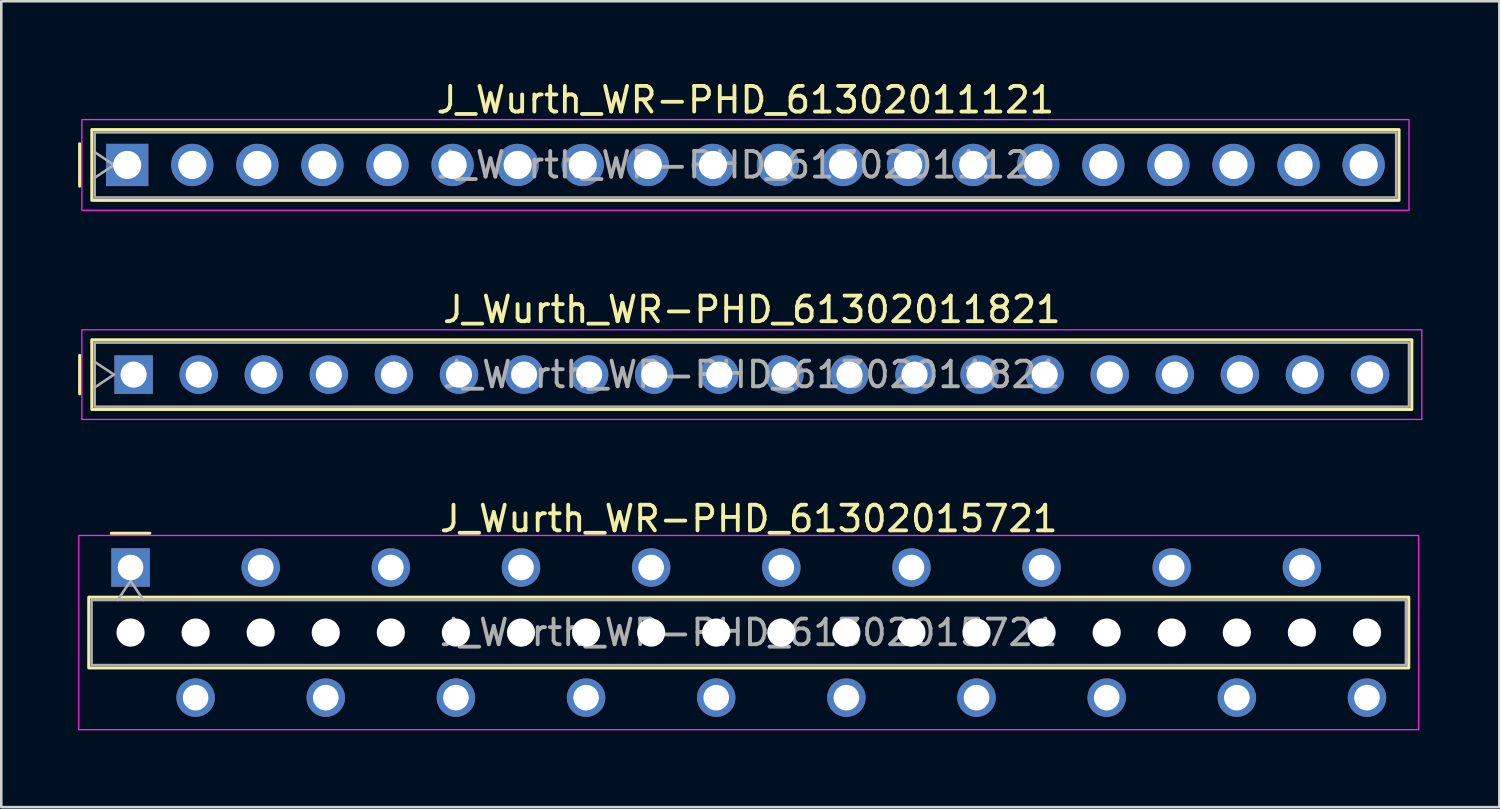
<source format=kicad_pcb>
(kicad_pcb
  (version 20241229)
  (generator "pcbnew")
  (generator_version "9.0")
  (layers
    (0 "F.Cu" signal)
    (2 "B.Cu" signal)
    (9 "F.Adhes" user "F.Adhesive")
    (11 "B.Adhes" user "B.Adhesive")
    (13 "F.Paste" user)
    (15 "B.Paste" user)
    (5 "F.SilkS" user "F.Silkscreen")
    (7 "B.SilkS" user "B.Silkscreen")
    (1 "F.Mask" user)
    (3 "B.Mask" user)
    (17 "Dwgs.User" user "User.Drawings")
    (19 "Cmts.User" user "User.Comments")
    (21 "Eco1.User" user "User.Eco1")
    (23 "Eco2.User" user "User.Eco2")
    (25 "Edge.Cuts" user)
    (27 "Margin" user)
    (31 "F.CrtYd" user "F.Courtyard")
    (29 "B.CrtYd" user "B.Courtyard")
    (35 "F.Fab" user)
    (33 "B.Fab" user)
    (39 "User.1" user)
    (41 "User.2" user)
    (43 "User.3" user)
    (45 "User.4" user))
  (footprint "J_Wurth_WR-PHD_61302011821"
    (layer "F.Cu")
    (at 2.165 11.572)
    (property "Reference" "J_Wurth_WR-PHD_61302011821" (at 24.13 -2.54 0) (unlocked yes) (layer "F.SilkS") (effects (font (size 1 1) (thickness 0.15))))
    (attr through_hole)
    (fp_line (start -2.105 -0.75) (end -2.105 0.75) (stroke (width 0.12) (type solid)) (layer "F.SilkS"))
    (fp_rect (start -1.63 -1.36) (end 49.89 1.36) (stroke (width 0.12) (type solid)) (fill no) (layer "F.SilkS"))
    (fp_rect (start -2.02 -1.75) (end 50.28 1.75) (stroke (width 0.05) (type solid)) (fill no) (layer "F.CrtYd"))
    (fp_line (start -1.52 -0.5) (end -0.77 0) (stroke (width 0.1) (type solid)) (layer "F.Fab"))
    (fp_line (start -0.77 0) (end -1.52 0.5) (stroke (width 0.1) (type solid)) (layer "F.Fab"))
    (fp_rect (start -1.52 -1.25) (end 49.78 1.25) (stroke (width 0.1) (type solid)) (fill no) (layer "F.Fab"))
    (fp_text user "${REFERENCE}" (at 24.13 0 0) (unlocked yes) (layer "F.Fab") (effects (font (size 1 1) (thickness 0.15))))
    (pad "1" thru_hole rect (at 0 0) (size 1.5 1.5) (drill 1.02) (layers "*.Cu" "*.Mask"))
    (pad "2" thru_hole circle (at 2.54 0) (size 1.5 1.5) (drill 1.02) (layers "*.Cu" "*.Mask"))
    (pad "3" thru_hole circle (at 5.08 0) (size 1.5 1.5) (drill 1.02) (layers "*.Cu" "*.Mask"))
    (pad "4" thru_hole circle (at 7.62 0) (size 1.5 1.5) (drill 1.02) (layers "*.Cu" "*.Mask"))
    (pad "5" thru_hole circle (at 10.16 0) (size 1.5 1.5) (drill 1.02) (layers "*.Cu" "*.Mask"))
    (pad "6" thru_hole circle (at 12.7 0) (size 1.5 1.5) (drill 1.02) (layers "*.Cu" "*.Mask"))
    (pad "7" thru_hole circle (at 15.24 0) (size 1.5 1.5) (drill 1.02) (layers "*.Cu" "*.Mask"))
    (pad "8" thru_hole circle (at 17.78 0) (size 1.5 1.5) (drill 1.02) (layers "*.Cu" "*.Mask"))
    (pad "9" thru_hole circle (at 20.32 0) (size 1.5 1.5) (drill 1.02) (layers "*.Cu" "*.Mask"))
    (pad "10" thru_hole circle (at 22.86 0) (size 1.5 1.5) (drill 1.02) (layers "*.Cu" "*.Mask"))
    (pad "11" thru_hole circle (at 25.4 0) (size 1.5 1.5) (drill 1.02) (layers "*.Cu" "*.Mask"))
    (pad "12" thru_hole circle (at 27.94 0) (size 1.5 1.5) (drill 1.02) (layers "*.Cu" "*.Mask"))
    (pad "13" thru_hole circle (at 30.48 0) (size 1.5 1.5) (drill 1.02) (layers "*.Cu" "*.Mask"))
    (pad "14" thru_hole circle (at 33.02 0) (size 1.5 1.5) (drill 1.02) (layers "*.Cu" "*.Mask"))
    (pad "15" thru_hole circle (at 35.56 0) (size 1.5 1.5) (drill 1.02) (layers "*.Cu" "*.Mask"))
    (pad "16" thru_hole circle (at 38.1 0) (size 1.5 1.5) (drill 1.02) (layers "*.Cu" "*.Mask"))
    (pad "17" thru_hole circle (at 40.64 0) (size 1.5 1.5) (drill 1.02) (layers "*.Cu" "*.Mask"))
    (pad "18" thru_hole circle (at 43.18 0) (size 1.5 1.5) (drill 1.02) (layers "*.Cu" "*.Mask"))
    (pad "19" thru_hole circle (at 45.72 0) (size 1.5 1.5) (drill 1.02) (layers "*.Cu" "*.Mask"))
    (pad "20" thru_hole circle (at 48.26 0) (size 1.5 1.5) (drill 1.02) (layers "*.Cu" "*.Mask")))
  (footprint "J_Wurth_WR-PHD_61302011121"
    (layer "F.Cu")
    (at 1.915 3.388)
    (property "Reference" "J_Wurth_WR-PHD_61302011121" (at 24.13 -2.54 0) (unlocked yes) (layer "F.SilkS") (effects (font (size 1 1) (thickness 0.15))))
    (attr through_hole)
    (fp_line (start -1.855 -0.825) (end -1.855 0.825) (stroke (width 0.12) (type solid)) (layer "F.SilkS"))
    (fp_rect (start -1.38 -1.38) (end 49.64 1.38) (stroke (width 0.12) (type solid)) (fill no) (layer "F.SilkS"))
    (fp_rect (start -1.77 -1.77) (end 50.03 1.77) (stroke (width 0.05) (type solid)) (fill no) (layer "F.CrtYd"))
    (fp_line (start -1.27 -0.5) (end -0.52 0) (stroke (width 0.1) (type solid)) (layer "F.Fab"))
    (fp_line (start -0.52 0) (end -1.27 0.5) (stroke (width 0.1) (type solid)) (layer "F.Fab"))
    (fp_rect (start -1.27 -1.27) (end 49.53 1.27) (stroke (width 0.1) (type solid)) (fill no) (layer "F.Fab"))
    (fp_text user "${REFERENCE}" (at 24.13 0 0) (unlocked yes) (layer "F.Fab") (effects (font (size 1 1) (thickness 0.15))))
    (pad "1" thru_hole rect (at 0 0) (size 1.65 1.65) (drill 1.1) (layers "*.Cu" "*.Mask"))
    (pad "2" thru_hole circle (at 2.54 0) (size 1.65 1.65) (drill 1.1) (layers "*.Cu" "*.Mask"))
    (pad "3" thru_hole circle (at 5.08 0) (size 1.65 1.65) (drill 1.1) (layers "*.Cu" "*.Mask"))
    (pad "4" thru_hole circle (at 7.62 0) (size 1.65 1.65) (drill 1.1) (layers "*.Cu" "*.Mask"))
    (pad "5" thru_hole circle (at 10.16 0) (size 1.65 1.65) (drill 1.1) (layers "*.Cu" "*.Mask"))
    (pad "6" thru_hole circle (at 12.7 0) (size 1.65 1.65) (drill 1.1) (layers "*.Cu" "*.Mask"))
    (pad "7" thru_hole circle (at 15.24 0) (size 1.65 1.65) (drill 1.1) (layers "*.Cu" "*.Mask"))
    (pad "8" thru_hole circle (at 17.78 0) (size 1.65 1.65) (drill 1.1) (layers "*.Cu" "*.Mask"))
    (pad "9" thru_hole circle (at 20.32 0) (size 1.65 1.65) (drill 1.1) (layers "*.Cu" "*.Mask"))
    (pad "10" thru_hole circle (at 22.86 0) (size 1.65 1.65) (drill 1.1) (layers "*.Cu" "*.Mask"))
    (pad "11" thru_hole circle (at 25.4 0) (size 1.65 1.65) (drill 1.1) (layers "*.Cu" "*.Mask"))
    (pad "12" thru_hole circle (at 27.94 0) (size 1.65 1.65) (drill 1.1) (layers "*.Cu" "*.Mask"))
    (pad "13" thru_hole circle (at 30.48 0) (size 1.65 1.65) (drill 1.1) (layers "*.Cu" "*.Mask"))
    (pad "14" thru_hole circle (at 33.02 0) (size 1.65 1.65) (drill 1.1) (layers "*.Cu" "*.Mask"))
    (pad "15" thru_hole circle (at 35.56 0) (size 1.65 1.65) (drill 1.1) (layers "*.Cu" "*.Mask"))
    (pad "16" thru_hole circle (at 38.1 0) (size 1.65 1.65) (drill 1.1) (layers "*.Cu" "*.Mask"))
    (pad "17" thru_hole circle (at 40.64 0) (size 1.65 1.65) (drill 1.1) (layers "*.Cu" "*.Mask"))
    (pad "18" thru_hole circle (at 43.18 0) (size 1.65 1.65) (drill 1.1) (layers "*.Cu" "*.Mask"))
    (pad "19" thru_hole circle (at 45.72 0) (size 1.65 1.65) (drill 1.1) (layers "*.Cu" "*.Mask"))
    (pad "20" thru_hole circle (at 48.26 0) (size 1.65 1.65) (drill 1.1) (layers "*.Cu" "*.Mask")))
  (footprint "J_Wurth_WR-PHD_61302015721"
    (layer "F.Cu")
    (at 2.045 19.1)
    (property "Reference" "J_Wurth_WR-PHD_61302015721" (at 24.13 -1.905 0) (unlocked yes) (layer "F.SilkS") (effects (font (size 1 1) (thickness 0.15))))
    (attr through_hole)
    (fp_line (start -0.75 -1.335) (end 0.75 -1.335) (stroke (width 0.12) (type solid)) (layer "F.SilkS"))
    (fp_rect (start -1.63 1.16) (end 49.89 3.92) (stroke (width 0.12) (type solid)) (fill no) (layer "F.SilkS"))
    (fp_rect (start -2.02 -1.25) (end 50.28 6.33) (stroke (width 0.05) (type solid)) (fill no) (layer "F.CrtYd"))
    (fp_line (start -0.5 1.27) (end 0 0.52) (stroke (width 0.1) (type solid)) (layer "F.Fab"))
    (fp_line (start 0 0.52) (end 0.5 1.27) (stroke (width 0.1) (type solid)) (layer "F.Fab"))
    (fp_rect (start -1.52 1.27) (end 49.78 3.81) (stroke (width 0.1) (type solid)) (fill no) (layer "F.Fab"))
    (fp_text user "${REFERENCE}" (at 24.13 2.54 0) (unlocked yes) (layer "F.Fab") (effects (font (size 1 1) (thickness 0.15))))
    (pad "" np_thru_hole circle (at 0 2.54) (size 1.1 1.1) (drill 1.1) (layers "*.Cu" "*.Mask"))
    (pad "" np_thru_hole circle (at 2.54 2.54) (size 1.1 1.1) (drill 1.1) (layers "*.Cu" "*.Mask"))
    (pad "" np_thru_hole circle (at 5.08 2.54) (size 1.1 1.1) (drill 1.1) (layers "*.Cu" "*.Mask"))
    (pad "" np_thru_hole circle (at 7.62 2.54) (size 1.1 1.1) (drill 1.1) (layers "*.Cu" "*.Mask"))
    (pad "" np_thru_hole circle (at 10.16 2.54) (size 1.1 1.1) (drill 1.1) (layers "*.Cu" "*.Mask"))
    (pad "" np_thru_hole circle (at 12.7 2.54) (size 1.1 1.1) (drill 1.1) (layers "*.Cu" "*.Mask"))
    (pad "" np_thru_hole circle (at 15.24 2.54) (size 1.1 1.1) (drill 1.1) (layers "*.Cu" "*.Mask"))
    (pad "" np_thru_hole circle (at 17.78 2.54) (size 1.1 1.1) (drill 1.1) (layers "*.Cu" "*.Mask"))
    (pad "" np_thru_hole circle (at 20.32 2.54) (size 1.1 1.1) (drill 1.1) (layers "*.Cu" "*.Mask"))
    (pad "" np_thru_hole circle (at 22.86 2.54) (size 1.1 1.1) (drill 1.1) (layers "*.Cu" "*.Mask"))
    (pad "" np_thru_hole circle (at 25.4 2.54) (size 1.1 1.1) (drill 1.1) (layers "*.Cu" "*.Mask"))
    (pad "" np_thru_hole circle (at 27.94 2.54) (size 1.1 1.1) (drill 1.1) (layers "*.Cu" "*.Mask"))
    (pad "" np_thru_hole circle (at 30.48 2.54) (size 1.1 1.1) (drill 1.1) (layers "*.Cu" "*.Mask"))
    (pad "" np_thru_hole circle (at 33.02 2.54) (size 1.1 1.1) (drill 1.1) (layers "*.Cu" "*.Mask"))
    (pad "" np_thru_hole circle (at 35.56 2.54) (size 1.1 1.1) (drill 1.1) (layers "*.Cu" "*.Mask"))
    (pad "" np_thru_hole circle (at 38.1 2.54) (size 1.1 1.1) (drill 1.1) (layers "*.Cu" "*.Mask"))
    (pad "" np_thru_hole circle (at 40.64 2.54) (size 1.1 1.1) (drill 1.1) (layers "*.Cu" "*.Mask"))
    (pad "" np_thru_hole circle (at 43.18 2.54) (size 1.1 1.1) (drill 1.1) (layers "*.Cu" "*.Mask"))
    (pad "" np_thru_hole circle (at 45.72 2.54) (size 1.1 1.1) (drill 1.1) (layers "*.Cu" "*.Mask"))
    (pad "" np_thru_hole circle (at 48.26 2.54) (size 1.1 1.1) (drill 1.1) (layers "*.Cu" "*.Mask"))
    (pad "1" thru_hole rect (at 0 0) (size 1.5 1.5) (drill 1) (layers "*.Cu" "*.Mask"))
    (pad "2" thru_hole circle (at 2.54 5.08) (size 1.5 1.5) (drill 1) (layers "*.Cu" "*.Mask"))
    (pad "3" thru_hole circle (at 5.08 0) (size 1.5 1.5) (drill 1) (layers "*.Cu" "*.Mask"))
    (pad "4" thru_hole circle (at 7.62 5.08) (size 1.5 1.5) (drill 1) (layers "*.Cu" "*.Mask"))
    (pad "5" thru_hole circle (at 10.16 0) (size 1.5 1.5) (drill 1) (layers "*.Cu" "*.Mask"))
    (pad "6" thru_hole circle (at 12.7 5.08) (size 1.5 1.5) (drill 1) (layers "*.Cu" "*.Mask"))
    (pad "7" thru_hole circle (at 15.24 0) (size 1.5 1.5) (drill 1) (layers "*.Cu" "*.Mask"))
    (pad "8" thru_hole circle (at 17.78 5.08) (size 1.5 1.5) (drill 1) (layers "*.Cu" "*.Mask"))
    (pad "9" thru_hole circle (at 20.32 0) (size 1.5 1.5) (drill 1) (layers "*.Cu" "*.Mask"))
    (pad "10" thru_hole circle (at 22.86 5.08) (size 1.5 1.5) (drill 1) (layers "*.Cu" "*.Mask"))
    (pad "11" thru_hole circle (at 25.4 0) (size 1.5 1.5) (drill 1) (layers "*.Cu" "*.Mask"))
    (pad "12" thru_hole circle (at 27.94 5.08) (size 1.5 1.5) (drill 1) (layers "*.Cu" "*.Mask"))
    (pad "13" thru_hole circle (at 30.48 0) (size 1.5 1.5) (drill 1) (layers "*.Cu" "*.Mask"))
    (pad "14" thru_hole circle (at 33.02 5.08) (size 1.5 1.5) (drill 1) (layers "*.Cu" "*.Mask"))
    (pad "15" thru_hole circle (at 35.56 0) (size 1.5 1.5) (drill 1) (layers "*.Cu" "*.Mask"))
    (pad "16" thru_hole circle (at 38.1 5.08) (size 1.5 1.5) (drill 1) (layers "*.Cu" "*.Mask"))
    (pad "17" thru_hole circle (at 40.64 0) (size 1.5 1.5) (drill 1) (layers "*.Cu" "*.Mask"))
    (pad "18" thru_hole circle (at 43.18 5.08) (size 1.5 1.5) (drill 1) (layers "*.Cu" "*.Mask"))
    (pad "19" thru_hole circle (at 45.72 0) (size 1.5 1.5) (drill 1) (layers "*.Cu" "*.Mask"))
    (pad "20" thru_hole circle (at 48.26 5.08) (size 1.5 1.5) (drill 1) (layers "*.Cu" "*.Mask")))
  (gr_rect
    (start -3 -3)
    (end 55.47 28.455)
    (stroke (width 0.1) (type default))
    (fill no)
    (layer "Edge.Cuts")))
</source>
